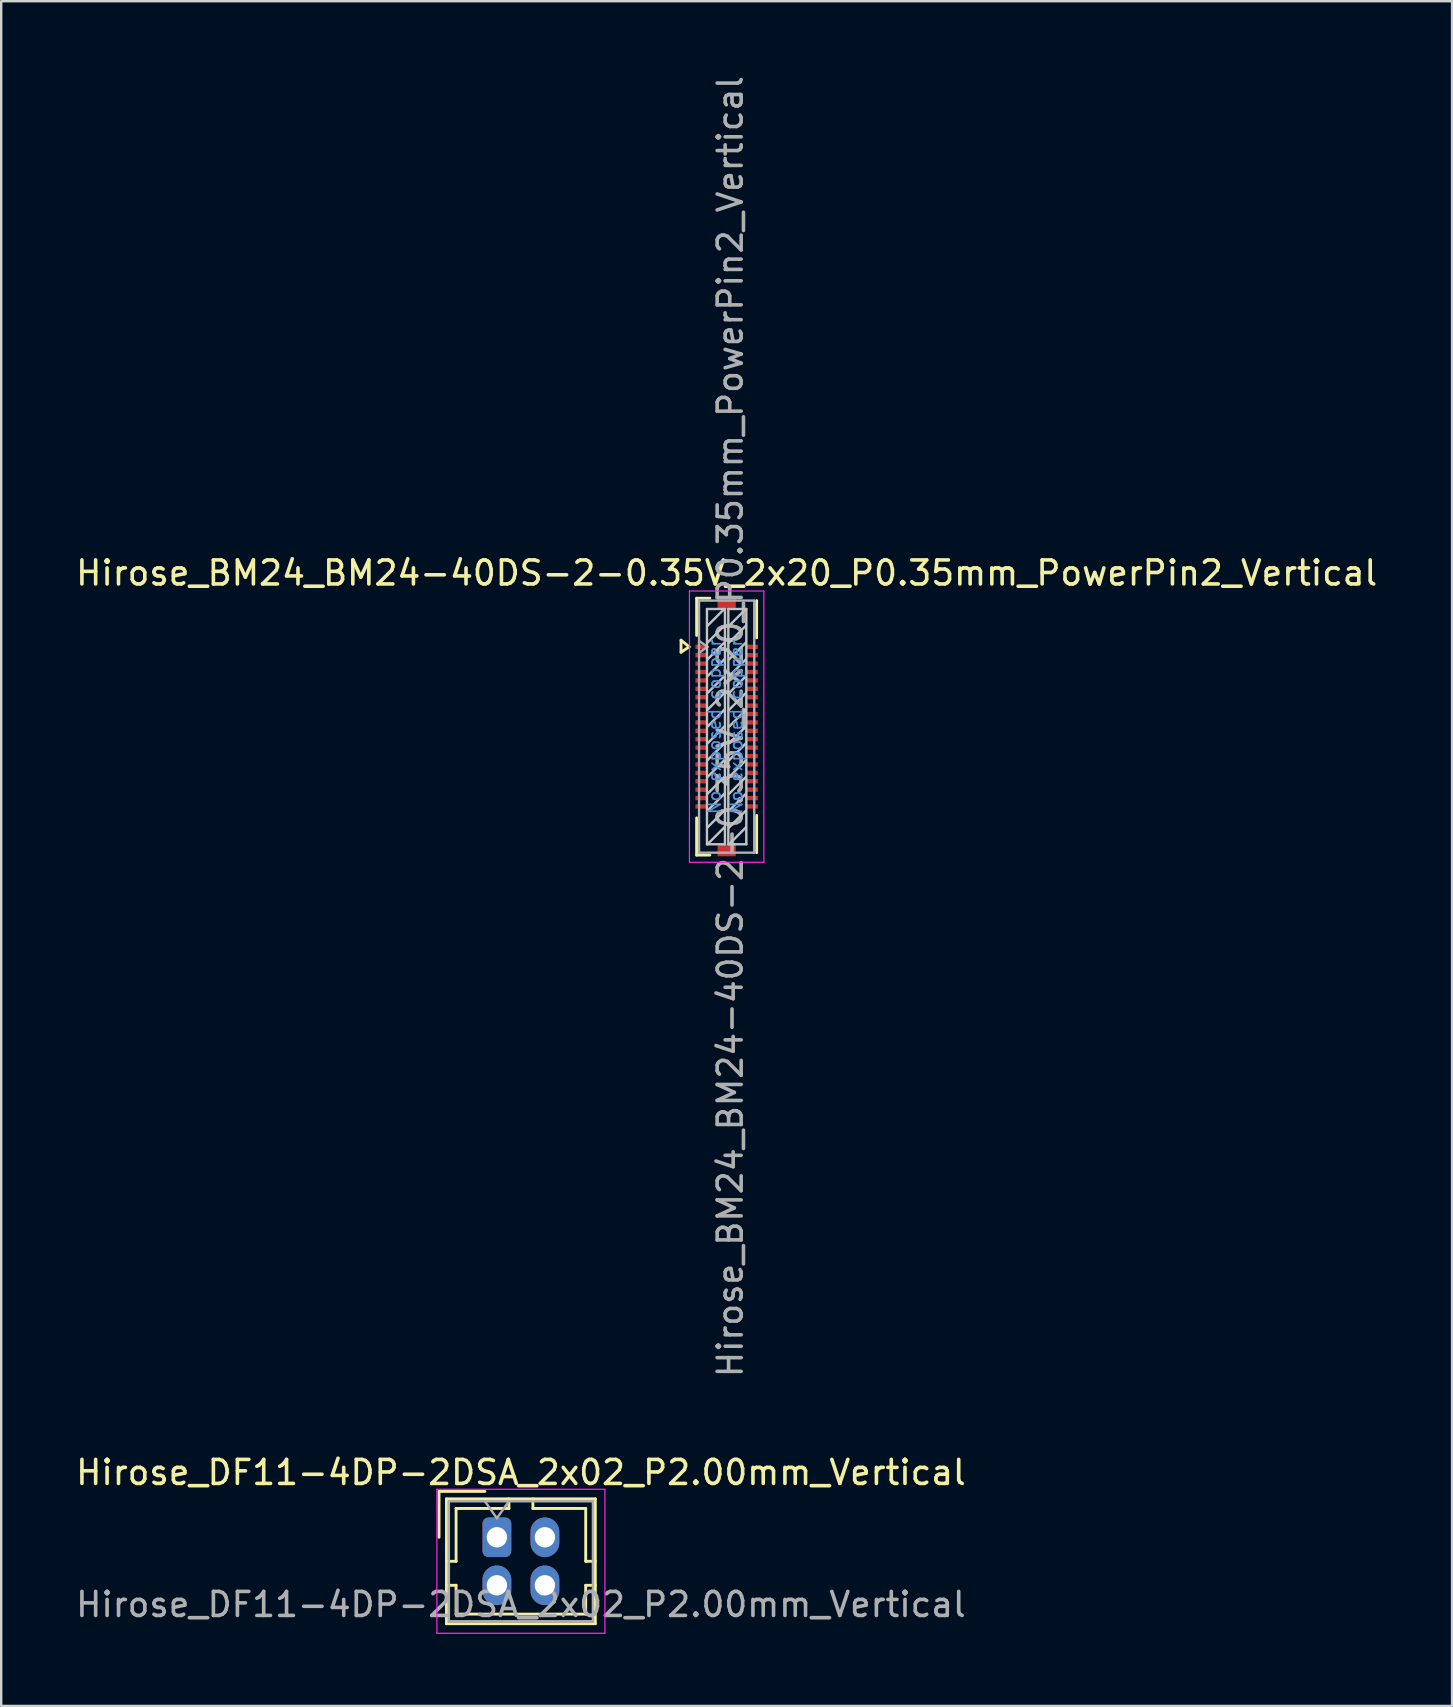
<source format=kicad_pcb>
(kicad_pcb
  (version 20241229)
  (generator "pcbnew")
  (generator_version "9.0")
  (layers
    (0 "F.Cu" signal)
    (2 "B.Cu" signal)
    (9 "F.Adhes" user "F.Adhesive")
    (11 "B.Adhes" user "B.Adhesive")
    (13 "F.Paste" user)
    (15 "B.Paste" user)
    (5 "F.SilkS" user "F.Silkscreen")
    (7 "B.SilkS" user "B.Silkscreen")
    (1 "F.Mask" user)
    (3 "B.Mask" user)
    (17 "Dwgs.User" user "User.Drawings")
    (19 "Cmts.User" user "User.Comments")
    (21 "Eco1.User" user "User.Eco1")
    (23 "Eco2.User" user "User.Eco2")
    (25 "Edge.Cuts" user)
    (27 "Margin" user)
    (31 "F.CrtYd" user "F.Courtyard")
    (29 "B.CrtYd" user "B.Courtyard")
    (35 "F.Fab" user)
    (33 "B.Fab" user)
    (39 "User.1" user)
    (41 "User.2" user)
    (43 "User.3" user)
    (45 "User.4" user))
  (footprint "Hirose_DF11-4DP-2DSA_2x02_P2.00mm_Vertical"
    (layer "F.Cu")
    (at 17.649 60.989)
    (property "Reference" "Hirose_DF11-4DP-2DSA_2x02_P2.00mm_Vertical" (at 1 -2.7 0) (layer "F.SilkS") (effects (font (size 1 1) (thickness 0.15))))
    (attr through_hole)
    (fp_line (start -2.41 -1.91) (end -0.5 -1.91) (stroke (width 0.12) (type solid)) (layer "F.SilkS"))
    (fp_line (start -2.41 0) (end -2.41 -1.91) (stroke (width 0.12) (type solid)) (layer "F.SilkS"))
    (fp_line (start -2.1 -1.6) (end -2.1 3.6) (stroke (width 0.12) (type solid)) (layer "F.SilkS"))
    (fp_line (start -2.1 1) (end -1.7 1) (stroke (width 0.12) (type solid)) (layer "F.SilkS"))
    (fp_line (start -2.1 2) (end -1.7 2) (stroke (width 0.12) (type solid)) (layer "F.SilkS"))
    (fp_line (start -2.1 3.6) (end 4.1 3.6) (stroke (width 0.12) (type solid)) (layer "F.SilkS"))
    (fp_line (start -1.7 -1.2) (end 0.5 -1.2) (stroke (width 0.12) (type solid)) (layer "F.SilkS"))
    (fp_line (start -1.7 1) (end -1.7 -1.2) (stroke (width 0.12) (type solid)) (layer "F.SilkS"))
    (fp_line (start -1.7 2) (end -1.7 3.2) (stroke (width 0.12) (type solid)) (layer "F.SilkS"))
    (fp_line (start -1.7 3.2) (end 3.7 3.2) (stroke (width 0.12) (type solid)) (layer "F.SilkS"))
    (fp_line (start 0.5 -1.2) (end 0.5 -1.6) (stroke (width 0.12) (type solid)) (layer "F.SilkS"))
    (fp_line (start 1.5 -1.2) (end 1.5 -1.6) (stroke (width 0.12) (type solid)) (layer "F.SilkS"))
    (fp_line (start 3.7 -1.2) (end 1.5 -1.2) (stroke (width 0.12) (type solid)) (layer "F.SilkS"))
    (fp_line (start 3.7 1) (end 3.7 -1.2) (stroke (width 0.12) (type solid)) (layer "F.SilkS"))
    (fp_line (start 3.7 2) (end 4.1 2) (stroke (width 0.12) (type solid)) (layer "F.SilkS"))
    (fp_line (start 3.7 3.2) (end 3.7 2) (stroke (width 0.12) (type solid)) (layer "F.SilkS"))
    (fp_line (start 4.1 -1.6) (end -2.1 -1.6) (stroke (width 0.12) (type solid)) (layer "F.SilkS"))
    (fp_line (start 4.1 1) (end 3.7 1) (stroke (width 0.12) (type solid)) (layer "F.SilkS"))
    (fp_line (start 4.1 3.6) (end 4.1 -1.6) (stroke (width 0.12) (type solid)) (layer "F.SilkS"))
    (fp_line (start -2.5 -2) (end -2.5 4) (stroke (width 0.05) (type solid)) (layer "F.CrtYd"))
    (fp_line (start -2.5 4) (end 4.5 4) (stroke (width 0.05) (type solid)) (layer "F.CrtYd"))
    (fp_line (start 4.5 -2) (end -2.5 -2) (stroke (width 0.05) (type solid)) (layer "F.CrtYd"))
    (fp_line (start 4.5 4) (end 4.5 -2) (stroke (width 0.05) (type solid)) (layer "F.CrtYd"))
    (fp_line (start -2 -1.5) (end -2 3.5) (stroke (width 0.1) (type solid)) (layer "F.Fab"))
    (fp_line (start -2 3.5) (end 4 3.5) (stroke (width 0.1) (type solid)) (layer "F.Fab"))
    (fp_line (start -0.5 -1.5) (end 0 -0.793) (stroke (width 0.1) (type solid)) (layer "F.Fab"))
    (fp_line (start 0 -0.793) (end 0.5 -1.5) (stroke (width 0.1) (type solid)) (layer "F.Fab"))
    (fp_line (start 4 -1.5) (end -2 -1.5) (stroke (width 0.1) (type solid)) (layer "F.Fab"))
    (fp_line (start 4 3.5) (end 4 -1.5) (stroke (width 0.1) (type solid)) (layer "F.Fab"))
    (fp_text user "${REFERENCE}" (at 1 2.8 0) (layer "F.Fab") (effects (font (size 1 1) (thickness 0.15))))
    (pad "1" thru_hole roundrect (at 0 0) (size 1.2 1.65) (drill 0.85) (layers "*.Cu" "*.Mask") (roundrect_rratio 0.208))
    (pad "2" thru_hole oval (at 0 2) (size 1.2 1.65) (drill 0.85) (layers "*.Cu" "*.Mask"))
    (pad "3" thru_hole oval (at 2 0) (size 1.2 1.65) (drill 0.85) (layers "*.Cu" "*.Mask"))
    (pad "4" thru_hole oval (at 2 2) (size 1.2 1.65) (drill 0.85) (layers "*.Cu" "*.Mask")))
  (footprint "Hirose_BM24_BM24-40DS-2-0.35V_2x20_P0.35mm_PowerPin2_Vertical"
    (layer "F.Cu")
    (at 27.22 27.22)
    (property "Reference" "Hirose_BM24_BM24-40DS-2-0.35V_2x20_P0.35mm_PowerPin2_Vertical" (at 0 -6.4 0) (layer "F.SilkS") (effects (font (size 1 1) (thickness 0.15))))
    (attr smd)
    (fp_line (start -1.9 -3.6) (end -1.56 -3.325) (stroke (width 0.12) (type solid)) (layer "F.SilkS"))
    (fp_line (start -1.9 -3.1) (end -1.9 -3.6) (stroke (width 0.12) (type solid)) (layer "F.SilkS"))
    (fp_line (start -1.56 -3.325) (end -1.9 -3.1) (stroke (width 0.12) (type solid)) (layer "F.SilkS"))
    (fp_line (start -1.25 -5.35) (end -1.25 -3.8) (stroke (width 0.12) (type solid)) (layer "F.SilkS"))
    (fp_line (start -1.25 -5.35) (end -0.7 -5.35) (stroke (width 0.12) (type solid)) (layer "F.SilkS"))
    (fp_line (start -1.25 5.35) (end -1.25 3.8) (stroke (width 0.12) (type solid)) (layer "F.SilkS"))
    (fp_line (start -1.25 5.35) (end -0.7 5.35) (stroke (width 0.12) (type solid)) (layer "F.SilkS"))
    (fp_line (start 1.25 -5.25) (end 1.25 -3.7) (stroke (width 0.12) (type solid)) (layer "F.SilkS"))
    (fp_line (start 1.25 3.7) (end 1.25 5.25) (stroke (width 0.12) (type solid)) (layer "F.SilkS"))
    (fp_line (start -0.82 -4.9) (end -0.82 4.9) (stroke (width 0.1) (type solid)) (layer "Dwgs.User"))
    (fp_line (start -0.82 4.9) (end -0.07 4.9) (stroke (width 0.1) (type solid)) (layer "Dwgs.User"))
    (fp_line (start -0.8 -3.5) (end -0.1 -4.2) (stroke (width 0.1) (type solid)) (layer "Dwgs.User"))
    (fp_line (start -0.8 -2.8) (end -0.1 -3.5) (stroke (width 0.1) (type solid)) (layer "Dwgs.User"))
    (fp_line (start -0.8 -2.1) (end -0.1 -2.8) (stroke (width 0.1) (type solid)) (layer "Dwgs.User"))
    (fp_line (start -0.8 -1.4) (end -0.1 -2.1) (stroke (width 0.1) (type solid)) (layer "Dwgs.User"))
    (fp_line (start -0.8 -0.7) (end -0.1 -1.4) (stroke (width 0.1) (type solid)) (layer "Dwgs.User"))
    (fp_line (start -0.8 0) (end -0.1 -0.7) (stroke (width 0.1) (type solid)) (layer "Dwgs.User"))
    (fp_line (start -0.8 0.7) (end -0.1 0) (stroke (width 0.1) (type solid)) (layer "Dwgs.User"))
    (fp_line (start -0.8 1.4) (end -0.1 0.7) (stroke (width 0.1) (type solid)) (layer "Dwgs.User"))
    (fp_line (start -0.8 2.1) (end -0.1 1.4) (stroke (width 0.1) (type solid)) (layer "Dwgs.User"))
    (fp_line (start -0.8 2.8) (end -0.1 2.1) (stroke (width 0.1) (type solid)) (layer "Dwgs.User"))
    (fp_line (start -0.8 3.5) (end -0.1 2.8) (stroke (width 0.1) (type solid)) (layer "Dwgs.User"))
    (fp_line (start -0.8 4.2) (end -0.1 3.5) (stroke (width 0.1) (type solid)) (layer "Dwgs.User"))
    (fp_line (start -0.8 4.9) (end -0.1 4.2) (stroke (width 0.1) (type solid)) (layer "Dwgs.User"))
    (fp_line (start -0.1 -4.9) (end -0.8 -4.2) (stroke (width 0.1) (type solid)) (layer "Dwgs.User"))
    (fp_line (start -0.07 -4.9) (end -0.82 -4.9) (stroke (width 0.1) (type solid)) (layer "Dwgs.User"))
    (fp_line (start -0.07 4.9) (end -0.07 -4.9) (stroke (width 0.1) (type solid)) (layer "Dwgs.User"))
    (fp_line (start 0.07 -4.9) (end 0.07 4.9) (stroke (width 0.1) (type solid)) (layer "Dwgs.User"))
    (fp_line (start 0.07 4.9) (end 0.82 4.9) (stroke (width 0.1) (type solid)) (layer "Dwgs.User"))
    (fp_line (start 0.1 -4.2) (end 0.8 -4.9) (stroke (width 0.1) (type solid)) (layer "Dwgs.User"))
    (fp_line (start 0.1 -3.5) (end 0.8 -4.2) (stroke (width 0.1) (type solid)) (layer "Dwgs.User"))
    (fp_line (start 0.1 -2.8) (end 0.8 -3.5) (stroke (width 0.1) (type solid)) (layer "Dwgs.User"))
    (fp_line (start 0.1 -2.1) (end 0.8 -2.8) (stroke (width 0.1) (type solid)) (layer "Dwgs.User"))
    (fp_line (start 0.1 -1.4) (end 0.8 -2.1) (stroke (width 0.1) (type solid)) (layer "Dwgs.User"))
    (fp_line (start 0.1 -0.7) (end 0.8 -1.4) (stroke (width 0.1) (type solid)) (layer "Dwgs.User"))
    (fp_line (start 0.1 0) (end 0.8 -0.7) (stroke (width 0.1) (type solid)) (layer "Dwgs.User"))
    (fp_line (start 0.1 0.7) (end 0.8 0) (stroke (width 0.1) (type solid)) (layer "Dwgs.User"))
    (fp_line (start 0.1 1.4) (end 0.8 0.7) (stroke (width 0.1) (type solid)) (layer "Dwgs.User"))
    (fp_line (start 0.1 2.1) (end 0.8 1.4) (stroke (width 0.1) (type solid)) (layer "Dwgs.User"))
    (fp_line (start 0.1 2.8) (end 0.8 2.1) (stroke (width 0.1) (type solid)) (layer "Dwgs.User"))
    (fp_line (start 0.1 3.5) (end 0.8 2.8) (stroke (width 0.1) (type solid)) (layer "Dwgs.User"))
    (fp_line (start 0.1 4.2) (end 0.8 3.5) (stroke (width 0.1) (type solid)) (layer "Dwgs.User"))
    (fp_line (start 0.1 4.9) (end 0.8 4.2) (stroke (width 0.1) (type solid)) (layer "Dwgs.User"))
    (fp_line (start 0.82 -4.9) (end 0.07 -4.9) (stroke (width 0.1) (type solid)) (layer "Dwgs.User"))
    (fp_line (start 0.82 4.9) (end 0.82 -4.9) (stroke (width 0.1) (type solid)) (layer "Dwgs.User"))
    (fp_line (start -1.55 -5.65) (end 1.55 -5.65) (stroke (width 0.05) (type solid)) (layer "F.CrtYd"))
    (fp_line (start -1.55 5.65) (end -1.55 -5.65) (stroke (width 0.05) (type solid)) (layer "F.CrtYd"))
    (fp_line (start 1.55 -5.65) (end 1.55 5.65) (stroke (width 0.05) (type solid)) (layer "F.CrtYd"))
    (fp_line (start 1.55 5.65) (end -1.55 5.65) (stroke (width 0.05) (type solid)) (layer "F.CrtYd"))
    (fp_line (start -1.15 -5.25) (end -1.15 5.25) (stroke (width 0.1) (type solid)) (layer "F.Fab"))
    (fp_line (start -1.15 -5.25) (end 1.15 -5.25) (stroke (width 0.1) (type solid)) (layer "F.Fab"))
    (fp_line (start -1.15 -3.575) (end -0.8 -3.325) (stroke (width 0.1) (type solid)) (layer "F.Fab"))
    (fp_line (start -1.15 5.25) (end 1.15 5.25) (stroke (width 0.1) (type solid)) (layer "F.Fab"))
    (fp_line (start -0.8 -3.325) (end -1.15 -3.075) (stroke (width 0.1) (type solid)) (layer "F.Fab"))
    (fp_line (start 1.15 -5.25) (end 1.15 5.25) (stroke (width 0.1) (type solid)) (layer "F.Fab"))
    (fp_text user "No exposed copper" (at 0.4 0 90) (layer "Cmts.User") (effects (font (size 0.5 0.5) (thickness 0.07))))
    (fp_text user "No exposed copper" (at -0.5 0 90) (layer "Cmts.User") (effects (font (size 0.5 0.5) (thickness 0.07))))
    (fp_text user "${REFERENCE}" (at 0.15 0 90) (layer "F.Fab") (effects (font (size 1 1) (thickness 0.15))))
    (pad "1" smd rect (at -1.06 -3.325 90) (size 0.18 0.48) (layers "F.Cu" "F.Mask" "F.Paste"))
    (pad "2" smd rect (at 1.06 -3.325 90) (size 0.18 0.48) (layers "F.Cu" "F.Mask" "F.Paste"))
    (pad "3" smd rect (at -1.06 -2.975 90) (size 0.18 0.48) (layers "F.Cu" "F.Mask" "F.Paste"))
    (pad "4" smd rect (at 1.06 -2.975 90) (size 0.18 0.48) (layers "F.Cu" "F.Mask" "F.Paste"))
    (pad "5" smd rect (at -1.06 -2.625 90) (size 0.18 0.48) (layers "F.Cu" "F.Mask" "F.Paste"))
    (pad "6" smd rect (at 1.06 -2.625 90) (size 0.18 0.48) (layers "F.Cu" "F.Mask" "F.Paste"))
    (pad "7" smd rect (at -1.06 -2.275 90) (size 0.18 0.48) (layers "F.Cu" "F.Mask" "F.Paste"))
    (pad "8" smd rect (at 1.06 -2.275 90) (size 0.18 0.48) (layers "F.Cu" "F.Mask" "F.Paste"))
    (pad "9" smd rect (at -1.06 -1.925 90) (size 0.18 0.48) (layers "F.Cu" "F.Mask" "F.Paste"))
    (pad "10" smd rect (at 1.06 -1.925 90) (size 0.18 0.48) (layers "F.Cu" "F.Mask" "F.Paste"))
    (pad "11" smd rect (at -1.06 -1.575 90) (size 0.18 0.48) (layers "F.Cu" "F.Mask" "F.Paste"))
    (pad "12" smd rect (at 1.06 -1.575 90) (size 0.18 0.48) (layers "F.Cu" "F.Mask" "F.Paste"))
    (pad "13" smd rect (at -1.06 -1.225 90) (size 0.18 0.48) (layers "F.Cu" "F.Mask" "F.Paste"))
    (pad "14" smd rect (at 1.06 -1.225 90) (size 0.18 0.48) (layers "F.Cu" "F.Mask" "F.Paste"))
    (pad "15" smd rect (at -1.06 -0.875 90) (size 0.18 0.48) (layers "F.Cu" "F.Mask" "F.Paste"))
    (pad "16" smd rect (at 1.06 -0.875 90) (size 0.18 0.48) (layers "F.Cu" "F.Mask" "F.Paste"))
    (pad "17" smd rect (at -1.06 -0.525 90) (size 0.18 0.48) (layers "F.Cu" "F.Mask" "F.Paste"))
    (pad "18" smd rect (at 1.06 -0.525 90) (size 0.18 0.48) (layers "F.Cu" "F.Mask" "F.Paste"))
    (pad "19" smd rect (at -1.06 -0.175 90) (size 0.18 0.48) (layers "F.Cu" "F.Mask" "F.Paste"))
    (pad "20" smd rect (at 1.06 -0.175 90) (size 0.18 0.48) (layers "F.Cu" "F.Mask" "F.Paste"))
    (pad "21" smd rect (at -1.06 0.175 90) (size 0.18 0.48) (layers "F.Cu" "F.Mask" "F.Paste"))
    (pad "22" smd rect (at 1.06 0.175 90) (size 0.18 0.48) (layers "F.Cu" "F.Mask" "F.Paste"))
    (pad "23" smd rect (at -1.06 0.525 90) (size 0.18 0.48) (layers "F.Cu" "F.Mask" "F.Paste"))
    (pad "24" smd rect (at 1.06 0.525 90) (size 0.18 0.48) (layers "F.Cu" "F.Mask" "F.Paste"))
    (pad "25" smd rect (at -1.06 0.875 90) (size 0.18 0.48) (layers "F.Cu" "F.Mask" "F.Paste"))
    (pad "26" smd rect (at 1.06 0.875 90) (size 0.18 0.48) (layers "F.Cu" "F.Mask" "F.Paste"))
    (pad "27" smd rect (at -1.06 1.225 90) (size 0.18 0.48) (layers "F.Cu" "F.Mask" "F.Paste"))
    (pad "28" smd rect (at 1.06 1.225 90) (size 0.18 0.48) (layers "F.Cu" "F.Mask" "F.Paste"))
    (pad "29" smd rect (at -1.06 1.575 90) (size 0.18 0.48) (layers "F.Cu" "F.Mask" "F.Paste"))
    (pad "30" smd rect (at 1.06 1.575 90) (size 0.18 0.48) (layers "F.Cu" "F.Mask" "F.Paste"))
    (pad "31" smd rect (at -1.06 1.925 90) (size 0.18 0.48) (layers "F.Cu" "F.Mask" "F.Paste"))
    (pad "32" smd rect (at 1.06 1.925 90) (size 0.18 0.48) (layers "F.Cu" "F.Mask" "F.Paste"))
    (pad "33" smd rect (at -1.06 2.275 90) (size 0.18 0.48) (layers "F.Cu" "F.Mask" "F.Paste"))
    (pad "34" smd rect (at 1.06 2.275 90) (size 0.18 0.48) (layers "F.Cu" "F.Mask" "F.Paste"))
    (pad "35" smd rect (at -1.06 2.625 90) (size 0.18 0.48) (layers "F.Cu" "F.Mask" "F.Paste"))
    (pad "36" smd rect (at 1.06 2.625 90) (size 0.18 0.48) (layers "F.Cu" "F.Mask" "F.Paste"))
    (pad "37" smd rect (at -1.06 2.975 90) (size 0.18 0.48) (layers "F.Cu" "F.Mask" "F.Paste"))
    (pad "38" smd rect (at 1.06 2.975 90) (size 0.18 0.48) (layers "F.Cu" "F.Mask" "F.Paste"))
    (pad "39" smd rect (at -1.06 3.325 90) (size 0.18 0.48) (layers "F.Cu" "F.Mask" "F.Paste"))
    (pad "40" smd rect (at 1.06 3.325 90) (size 0.18 0.48) (layers "F.Cu" "F.Mask" "F.Paste"))
    (pad "41" smd rect (at 0 -5.155 90) (size 0.49 0.76) (layers "F.Cu" "F.Mask" "F.Paste"))
    (pad "42" smd rect (at 0 5.155 90) (size 0.49 0.76) (layers "F.Cu" "F.Mask" "F.Paste")))
  (gr_rect
    (start -3 -3)
    (end 57.44 68.014)
    (stroke (width 0.1) (type default))
    (fill no)
    (layer "Edge.Cuts")))
</source>
